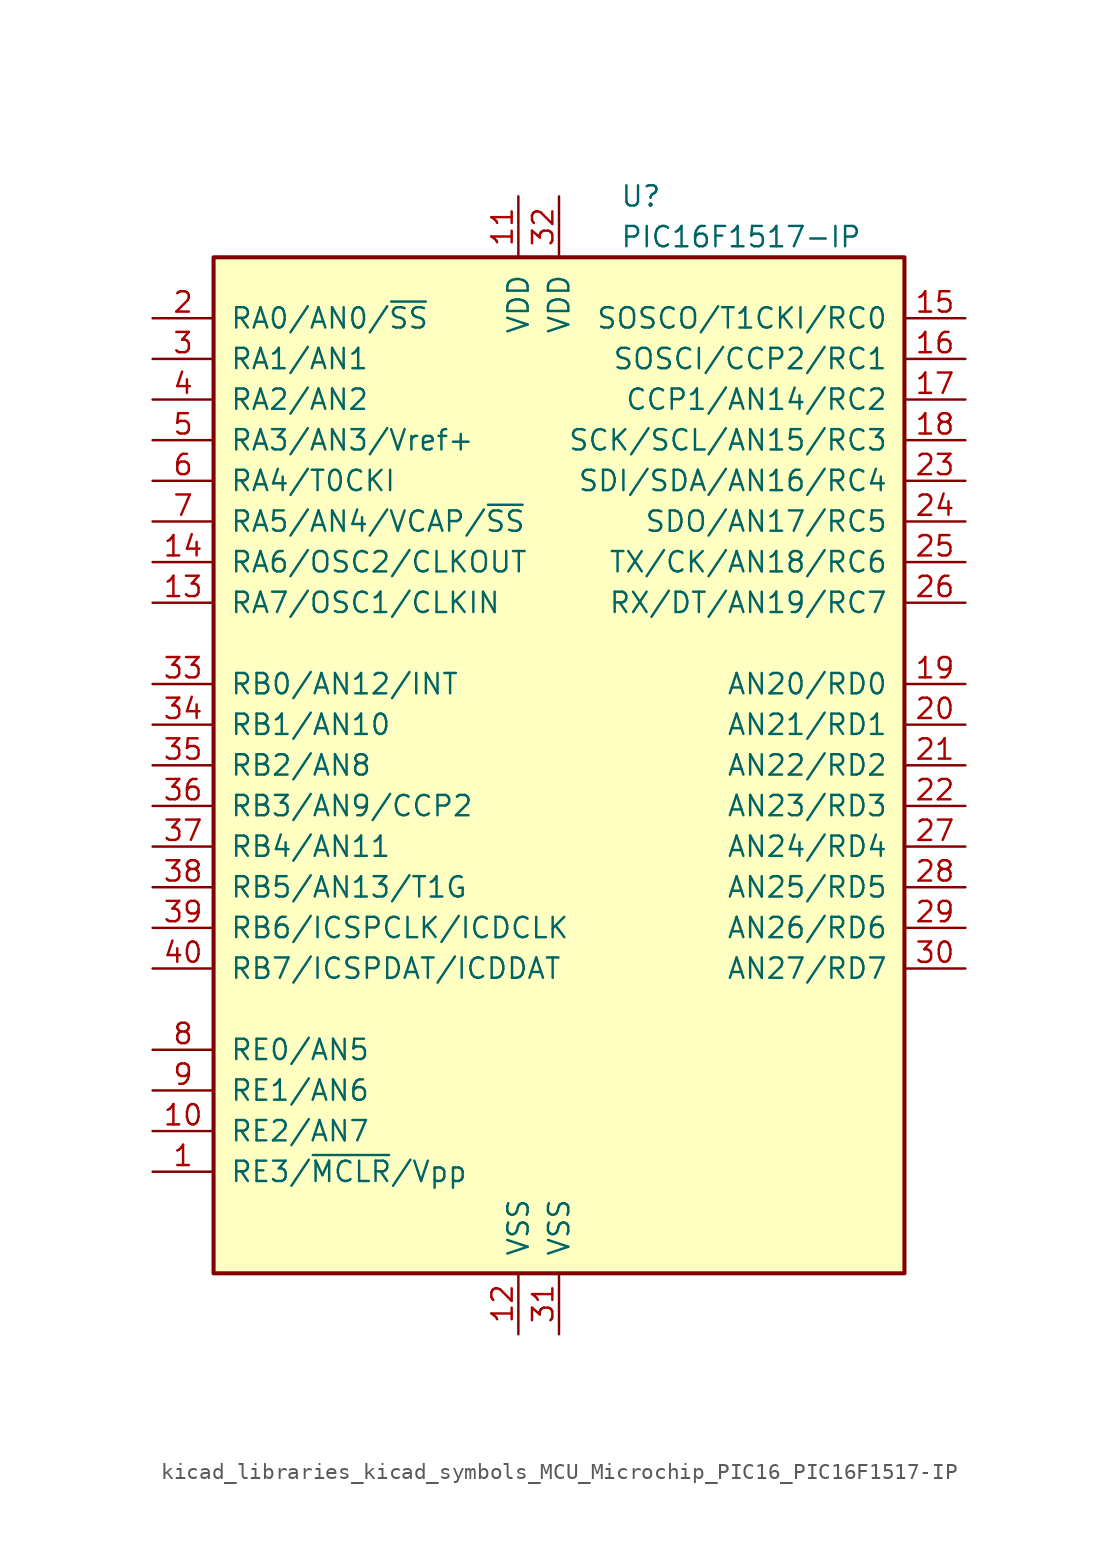
<source format=kicad_sym>
(kicad_symbol_lib
  (version 20220914)
  (generator kicad_symbol_editor)
  (symbol "kicad_libraries_kicad_symbols_MCU_Microchip_PIC16_PIC16F1517-IP"
    (pin_names
      (offset 1.016))
    (property "Reference" "U"
      (at 3.81 35.56 0)
      (effects (font (size 1.27 1.27)) (justify left)))
    (property "Value" "PIC16F1517-IP"
      (at 3.81 33.02 0)
      (effects (font (size 1.27 1.27)) (justify left)))
    (symbol "kicad_libraries_kicad_symbols_MCU_Microchip_PIC16_PIC16F1517-IP_0_1"
      (rectangle (start -21.59 31.75) (end 21.59 -31.75) (stroke (width 0.254) (type default)) (fill (type background))))
    (symbol "kicad_libraries_kicad_symbols_MCU_Microchip_PIC16_PIC16F1517-IP_1_1"
      (pin input line (at -25.4 -25.4 0) (length 3.81) (name "RE3/~{MCLR}/Vpp" (effects (font (size 1.27 1.27)))) (number "1" (effects (font (size 1.27 1.27)))))
      (pin bidirectional line (at -25.4 -22.86 0) (length 3.81) (name "RE2/AN7" (effects (font (size 1.27 1.27)))) (number "10" (effects (font (size 1.27 1.27)))))
      (pin power_in line (at -2.54 35.56 270) (length 3.81) (name "VDD" (effects (font (size 1.27 1.27)))) (number "11" (effects (font (size 1.27 1.27)))))
      (pin power_in line (at -2.54 -35.56 90) (length 3.81) (name "VSS" (effects (font (size 1.27 1.27)))) (number "12" (effects (font (size 1.27 1.27)))))
      (pin bidirectional line (at -25.4 10.16 0) (length 3.81) (name "RA7/OSC1/CLKIN" (effects (font (size 1.27 1.27)))) (number "13" (effects (font (size 1.27 1.27)))))
      (pin bidirectional line (at -25.4 12.7 0) (length 3.81) (name "RA6/OSC2/CLKOUT" (effects (font (size 1.27 1.27)))) (number "14" (effects (font (size 1.27 1.27)))))
      (pin bidirectional line (at 25.4 27.94 180) (length 3.81) (name "SOSCO/T1CKI/RC0" (effects (font (size 1.27 1.27)))) (number "15" (effects (font (size 1.27 1.27)))))
      (pin bidirectional line (at 25.4 25.4 180) (length 3.81) (name "SOSCI/CCP2/RC1" (effects (font (size 1.27 1.27)))) (number "16" (effects (font (size 1.27 1.27)))))
      (pin bidirectional line (at 25.4 22.86 180) (length 3.81) (name "CCP1/AN14/RC2" (effects (font (size 1.27 1.27)))) (number "17" (effects (font (size 1.27 1.27)))))
      (pin bidirectional line (at 25.4 20.32 180) (length 3.81) (name "SCK/SCL/AN15/RC3" (effects (font (size 1.27 1.27)))) (number "18" (effects (font (size 1.27 1.27)))))
      (pin bidirectional line (at 25.4 5.08 180) (length 3.81) (name "AN20/RD0" (effects (font (size 1.27 1.27)))) (number "19" (effects (font (size 1.27 1.27)))))
      (pin bidirectional line (at -25.4 27.94 0) (length 3.81) (name "RA0/AN0/~{SS}" (effects (font (size 1.27 1.27)))) (number "2" (effects (font (size 1.27 1.27)))))
      (pin bidirectional line (at 25.4 2.54 180) (length 3.81) (name "AN21/RD1" (effects (font (size 1.27 1.27)))) (number "20" (effects (font (size 1.27 1.27)))))
      (pin bidirectional line (at 25.4 0 180) (length 3.81) (name "AN22/RD2" (effects (font (size 1.27 1.27)))) (number "21" (effects (font (size 1.27 1.27)))))
      (pin bidirectional line (at 25.4 -2.54 180) (length 3.81) (name "AN23/RD3" (effects (font (size 1.27 1.27)))) (number "22" (effects (font (size 1.27 1.27)))))
      (pin bidirectional line (at 25.4 17.78 180) (length 3.81) (name "SDI/SDA/AN16/RC4" (effects (font (size 1.27 1.27)))) (number "23" (effects (font (size 1.27 1.27)))))
      (pin bidirectional line (at 25.4 15.24 180) (length 3.81) (name "SDO/AN17/RC5" (effects (font (size 1.27 1.27)))) (number "24" (effects (font (size 1.27 1.27)))))
      (pin bidirectional line (at 25.4 12.7 180) (length 3.81) (name "TX/CK/AN18/RC6" (effects (font (size 1.27 1.27)))) (number "25" (effects (font (size 1.27 1.27)))))
      (pin bidirectional line (at 25.4 10.16 180) (length 3.81) (name "RX/DT/AN19/RC7" (effects (font (size 1.27 1.27)))) (number "26" (effects (font (size 1.27 1.27)))))
      (pin bidirectional line (at 25.4 -5.08 180) (length 3.81) (name "AN24/RD4" (effects (font (size 1.27 1.27)))) (number "27" (effects (font (size 1.27 1.27)))))
      (pin bidirectional line (at 25.4 -7.62 180) (length 3.81) (name "AN25/RD5" (effects (font (size 1.27 1.27)))) (number "28" (effects (font (size 1.27 1.27)))))
      (pin bidirectional line (at 25.4 -10.16 180) (length 3.81) (name "AN26/RD6" (effects (font (size 1.27 1.27)))) (number "29" (effects (font (size 1.27 1.27)))))
      (pin bidirectional line (at -25.4 25.4 0) (length 3.81) (name "RA1/AN1" (effects (font (size 1.27 1.27)))) (number "3" (effects (font (size 1.27 1.27)))))
      (pin bidirectional line (at 25.4 -12.7 180) (length 3.81) (name "AN27/RD7" (effects (font (size 1.27 1.27)))) (number "30" (effects (font (size 1.27 1.27)))))
      (pin power_in line (at 0 -35.56 90) (length 3.81) (name "VSS" (effects (font (size 1.27 1.27)))) (number "31" (effects (font (size 1.27 1.27)))))
      (pin power_in line (at 0 35.56 270) (length 3.81) (name "VDD" (effects (font (size 1.27 1.27)))) (number "32" (effects (font (size 1.27 1.27)))))
      (pin bidirectional line (at -25.4 5.08 0) (length 3.81) (name "RB0/AN12/INT" (effects (font (size 1.27 1.27)))) (number "33" (effects (font (size 1.27 1.27)))))
      (pin bidirectional line (at -25.4 2.54 0) (length 3.81) (name "RB1/AN10" (effects (font (size 1.27 1.27)))) (number "34" (effects (font (size 1.27 1.27)))))
      (pin bidirectional line (at -25.4 0 0) (length 3.81) (name "RB2/AN8" (effects (font (size 1.27 1.27)))) (number "35" (effects (font (size 1.27 1.27)))))
      (pin bidirectional line (at -25.4 -2.54 0) (length 3.81) (name "RB3/AN9/CCP2" (effects (font (size 1.27 1.27)))) (number "36" (effects (font (size 1.27 1.27)))))
      (pin bidirectional line (at -25.4 -5.08 0) (length 3.81) (name "RB4/AN11" (effects (font (size 1.27 1.27)))) (number "37" (effects (font (size 1.27 1.27)))))
      (pin bidirectional line (at -25.4 -7.62 0) (length 3.81) (name "RB5/AN13/T1G" (effects (font (size 1.27 1.27)))) (number "38" (effects (font (size 1.27 1.27)))))
      (pin bidirectional line (at -25.4 -10.16 0) (length 3.81) (name "RB6/ICSPCLK/ICDCLK" (effects (font (size 1.27 1.27)))) (number "39" (effects (font (size 1.27 1.27)))))
      (pin bidirectional line (at -25.4 22.86 0) (length 3.81) (name "RA2/AN2" (effects (font (size 1.27 1.27)))) (number "4" (effects (font (size 1.27 1.27)))))
      (pin bidirectional line (at -25.4 -12.7 0) (length 3.81) (name "RB7/ICSPDAT/ICDDAT" (effects (font (size 1.27 1.27)))) (number "40" (effects (font (size 1.27 1.27)))))
      (pin bidirectional line (at -25.4 20.32 0) (length 3.81) (name "RA3/AN3/Vref+" (effects (font (size 1.27 1.27)))) (number "5" (effects (font (size 1.27 1.27)))))
      (pin bidirectional line (at -25.4 17.78 0) (length 3.81) (name "RA4/T0CKI" (effects (font (size 1.27 1.27)))) (number "6" (effects (font (size 1.27 1.27)))))
      (pin bidirectional line (at -25.4 15.24 0) (length 3.81) (name "RA5/AN4/VCAP/~{SS}" (effects (font (size 1.27 1.27)))) (number "7" (effects (font (size 1.27 1.27)))))
      (pin bidirectional line (at -25.4 -17.78 0) (length 3.81) (name "RE0/AN5" (effects (font (size 1.27 1.27)))) (number "8" (effects (font (size 1.27 1.27)))))
      (pin bidirectional line (at -25.4 -20.32 0) (length 3.81) (name "RE1/AN6" (effects (font (size 1.27 1.27)))) (number "9" (effects (font (size 1.27 1.27))))))))
</source>
